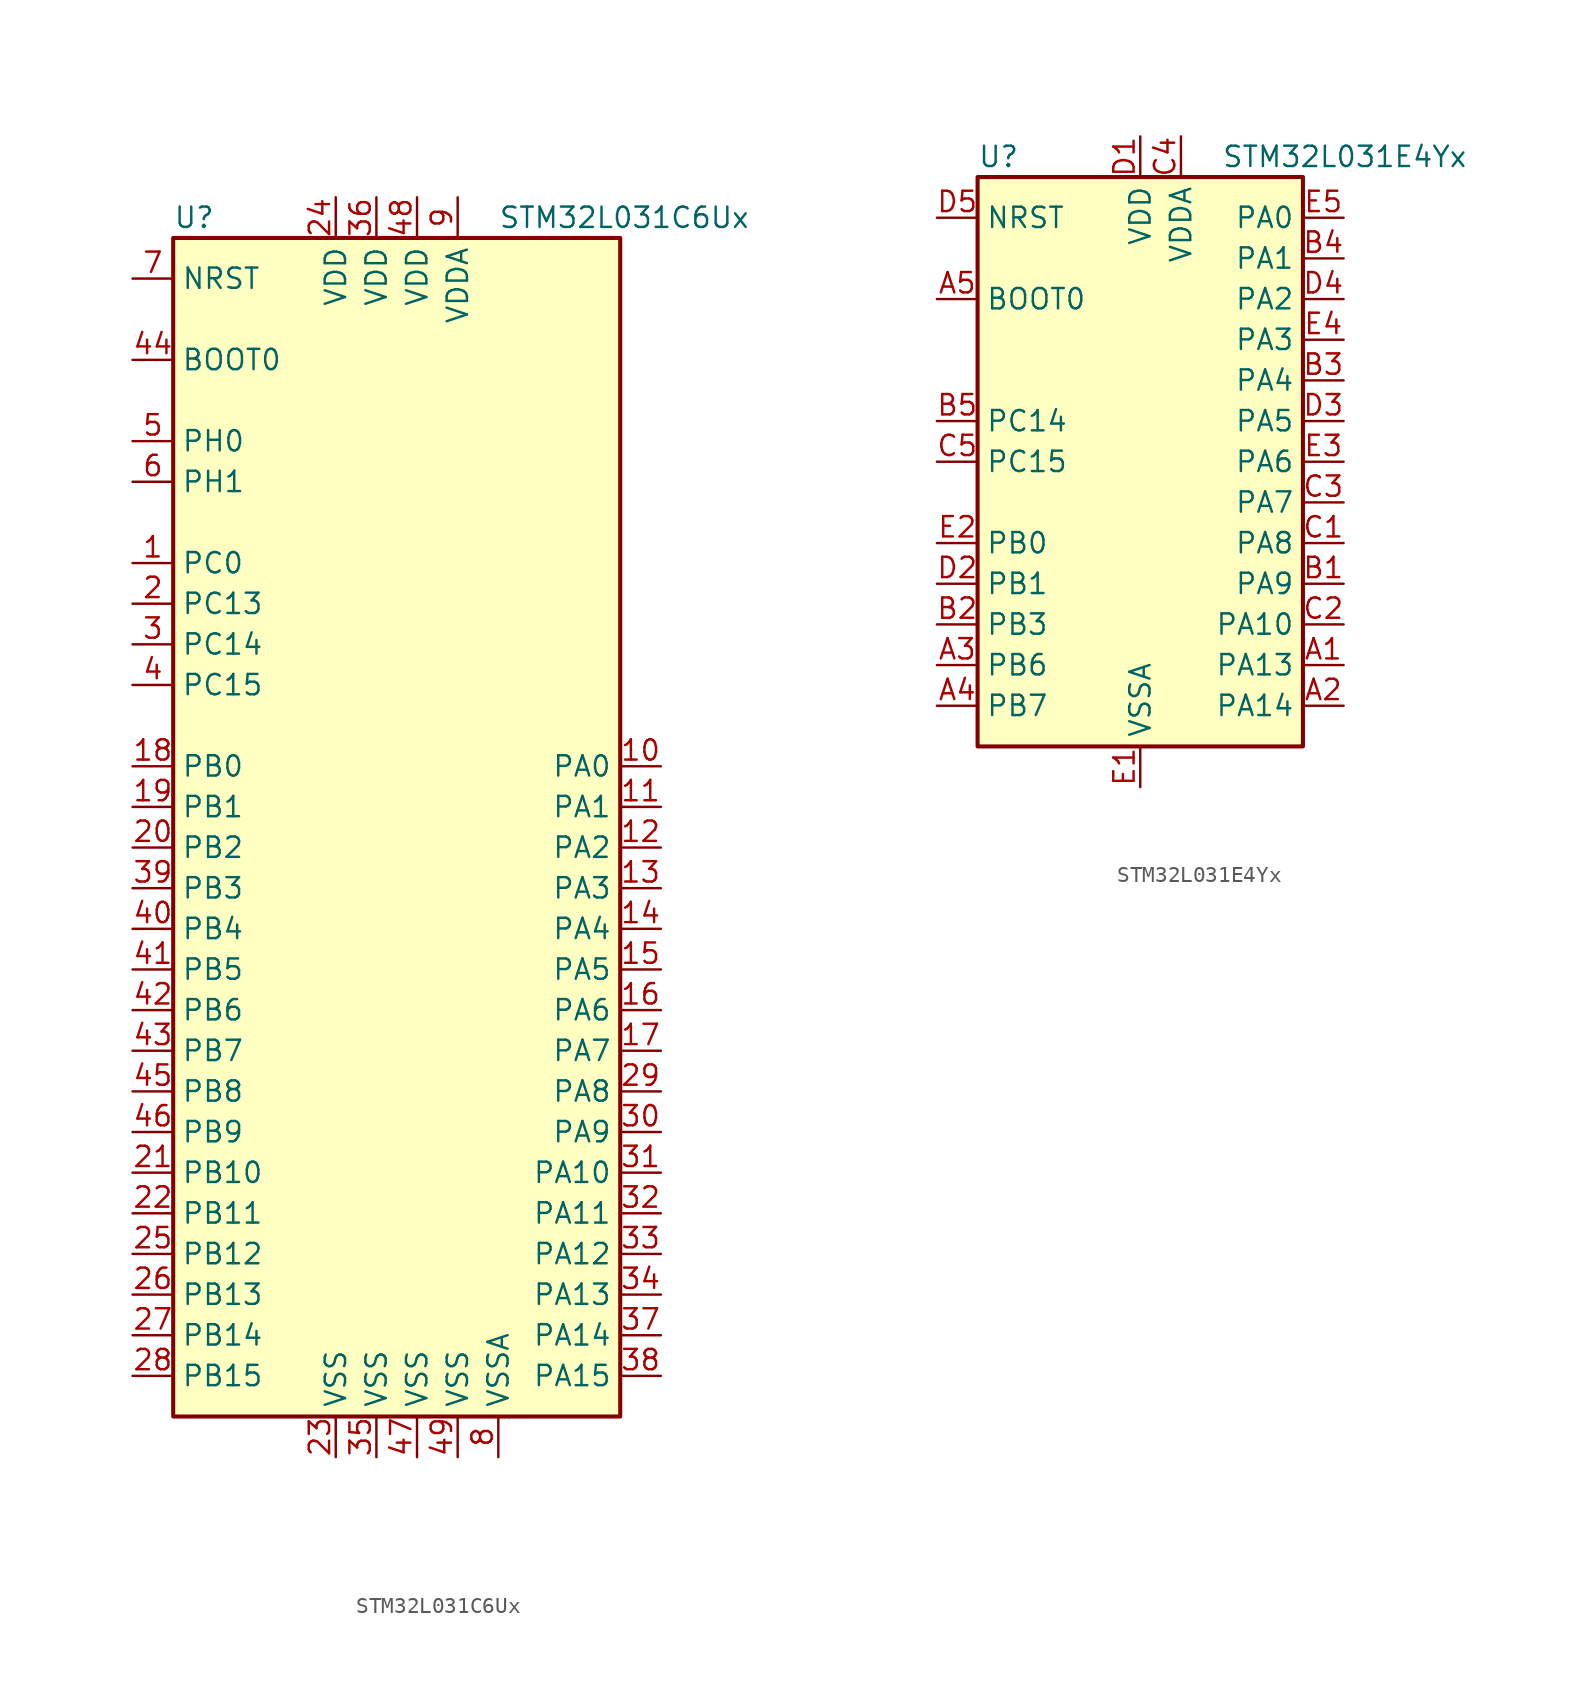
<source format=kicad_sym>
(kicad_symbol_lib
  (version 20201005)
  (generator kicad_symbol_editor)
  (symbol "MCU_ST_STM32L0:STM32L031C6Ux"
    (property "Reference" "U"
      (at -15.24 36.83 0)
      (effects (font (size 1.27 1.27)) (justify left)))
    (property "Value" "STM32L031C6Ux"
      (at 5.08 36.83 0)
      (effects (font (size 1.27 1.27)) (justify left)))
    (symbol "STM32L031C6Ux_0_1"
      (rectangle (start -15.24 -38.1) (end 12.7 35.56) (stroke (width 0.254)) (fill (type background))))
    (symbol "STM32L031C6Ux_1_1"
      (pin input line (at -17.78 27.94 0) (length 2.54) (name "BOOT0" (effects (font (size 1.27 1.27)))) (number "44" (effects (font (size 1.27 1.27)))))
      (pin input line (at -17.78 33.02 0) (length 2.54) (name "NRST" (effects (font (size 1.27 1.27)))) (number "7" (effects (font (size 1.27 1.27)))))
      (pin bidirectional line (at 15.24 2.54 180) (length 2.54) (name "PA0" (effects (font (size 1.27 1.27)))) (number "10" (effects (font (size 1.27 1.27)))))
      (pin bidirectional line (at 15.24 0 180) (length 2.54) (name "PA1" (effects (font (size 1.27 1.27)))) (number "11" (effects (font (size 1.27 1.27)))))
      (pin bidirectional line (at 15.24 -22.86 180) (length 2.54) (name "PA10" (effects (font (size 1.27 1.27)))) (number "31" (effects (font (size 1.27 1.27)))))
      (pin bidirectional line (at 15.24 -25.4 180) (length 2.54) (name "PA11" (effects (font (size 1.27 1.27)))) (number "32" (effects (font (size 1.27 1.27)))))
      (pin bidirectional line (at 15.24 -27.94 180) (length 2.54) (name "PA12" (effects (font (size 1.27 1.27)))) (number "33" (effects (font (size 1.27 1.27)))))
      (pin bidirectional line (at 15.24 -30.48 180) (length 2.54) (name "PA13" (effects (font (size 1.27 1.27)))) (number "34" (effects (font (size 1.27 1.27)))))
      (pin bidirectional line (at 15.24 -33.02 180) (length 2.54) (name "PA14" (effects (font (size 1.27 1.27)))) (number "37" (effects (font (size 1.27 1.27)))))
      (pin bidirectional line (at 15.24 -35.56 180) (length 2.54) (name "PA15" (effects (font (size 1.27 1.27)))) (number "38" (effects (font (size 1.27 1.27)))))
      (pin bidirectional line (at 15.24 -2.54 180) (length 2.54) (name "PA2" (effects (font (size 1.27 1.27)))) (number "12" (effects (font (size 1.27 1.27)))))
      (pin bidirectional line (at 15.24 -5.08 180) (length 2.54) (name "PA3" (effects (font (size 1.27 1.27)))) (number "13" (effects (font (size 1.27 1.27)))))
      (pin bidirectional line (at 15.24 -7.62 180) (length 2.54) (name "PA4" (effects (font (size 1.27 1.27)))) (number "14" (effects (font (size 1.27 1.27)))))
      (pin bidirectional line (at 15.24 -10.16 180) (length 2.54) (name "PA5" (effects (font (size 1.27 1.27)))) (number "15" (effects (font (size 1.27 1.27)))))
      (pin bidirectional line (at 15.24 -12.7 180) (length 2.54) (name "PA6" (effects (font (size 1.27 1.27)))) (number "16" (effects (font (size 1.27 1.27)))))
      (pin bidirectional line (at 15.24 -15.24 180) (length 2.54) (name "PA7" (effects (font (size 1.27 1.27)))) (number "17" (effects (font (size 1.27 1.27)))))
      (pin bidirectional line (at 15.24 -17.78 180) (length 2.54) (name "PA8" (effects (font (size 1.27 1.27)))) (number "29" (effects (font (size 1.27 1.27)))))
      (pin bidirectional line (at 15.24 -20.32 180) (length 2.54) (name "PA9" (effects (font (size 1.27 1.27)))) (number "30" (effects (font (size 1.27 1.27)))))
      (pin bidirectional line (at -17.78 2.54 0) (length 2.54) (name "PB0" (effects (font (size 1.27 1.27)))) (number "18" (effects (font (size 1.27 1.27)))))
      (pin bidirectional line (at -17.78 0 0) (length 2.54) (name "PB1" (effects (font (size 1.27 1.27)))) (number "19" (effects (font (size 1.27 1.27)))))
      (pin bidirectional line (at -17.78 -22.86 0) (length 2.54) (name "PB10" (effects (font (size 1.27 1.27)))) (number "21" (effects (font (size 1.27 1.27)))))
      (pin bidirectional line (at -17.78 -25.4 0) (length 2.54) (name "PB11" (effects (font (size 1.27 1.27)))) (number "22" (effects (font (size 1.27 1.27)))))
      (pin bidirectional line (at -17.78 -27.94 0) (length 2.54) (name "PB12" (effects (font (size 1.27 1.27)))) (number "25" (effects (font (size 1.27 1.27)))))
      (pin bidirectional line (at -17.78 -30.48 0) (length 2.54) (name "PB13" (effects (font (size 1.27 1.27)))) (number "26" (effects (font (size 1.27 1.27)))))
      (pin bidirectional line (at -17.78 -33.02 0) (length 2.54) (name "PB14" (effects (font (size 1.27 1.27)))) (number "27" (effects (font (size 1.27 1.27)))))
      (pin bidirectional line (at -17.78 -35.56 0) (length 2.54) (name "PB15" (effects (font (size 1.27 1.27)))) (number "28" (effects (font (size 1.27 1.27)))))
      (pin bidirectional line (at -17.78 -2.54 0) (length 2.54) (name "PB2" (effects (font (size 1.27 1.27)))) (number "20" (effects (font (size 1.27 1.27)))))
      (pin bidirectional line (at -17.78 -5.08 0) (length 2.54) (name "PB3" (effects (font (size 1.27 1.27)))) (number "39" (effects (font (size 1.27 1.27)))))
      (pin bidirectional line (at -17.78 -7.62 0) (length 2.54) (name "PB4" (effects (font (size 1.27 1.27)))) (number "40" (effects (font (size 1.27 1.27)))))
      (pin bidirectional line (at -17.78 -10.16 0) (length 2.54) (name "PB5" (effects (font (size 1.27 1.27)))) (number "41" (effects (font (size 1.27 1.27)))))
      (pin bidirectional line (at -17.78 -12.7 0) (length 2.54) (name "PB6" (effects (font (size 1.27 1.27)))) (number "42" (effects (font (size 1.27 1.27)))))
      (pin bidirectional line (at -17.78 -15.24 0) (length 2.54) (name "PB7" (effects (font (size 1.27 1.27)))) (number "43" (effects (font (size 1.27 1.27)))))
      (pin bidirectional line (at -17.78 -17.78 0) (length 2.54) (name "PB8" (effects (font (size 1.27 1.27)))) (number "45" (effects (font (size 1.27 1.27)))))
      (pin bidirectional line (at -17.78 -20.32 0) (length 2.54) (name "PB9" (effects (font (size 1.27 1.27)))) (number "46" (effects (font (size 1.27 1.27)))))
      (pin bidirectional line (at -17.78 15.24 0) (length 2.54) (name "PC0" (effects (font (size 1.27 1.27)))) (number "1" (effects (font (size 1.27 1.27)))))
      (pin bidirectional line (at -17.78 12.7 0) (length 2.54) (name "PC13" (effects (font (size 1.27 1.27)))) (number "2" (effects (font (size 1.27 1.27)))))
      (pin bidirectional line (at -17.78 10.16 0) (length 2.54) (name "PC14" (effects (font (size 1.27 1.27)))) (number "3" (effects (font (size 1.27 1.27)))))
      (pin bidirectional line (at -17.78 7.62 0) (length 2.54) (name "PC15" (effects (font (size 1.27 1.27)))) (number "4" (effects (font (size 1.27 1.27)))))
      (pin input line (at -17.78 22.86 0) (length 2.54) (name "PH0" (effects (font (size 1.27 1.27)))) (number "5" (effects (font (size 1.27 1.27)))))
      (pin input line (at -17.78 20.32 0) (length 2.54) (name "PH1" (effects (font (size 1.27 1.27)))) (number "6" (effects (font (size 1.27 1.27)))))
      (pin power_in line (at -5.08 38.1 270) (length 2.54) (name "VDD" (effects (font (size 1.27 1.27)))) (number "24" (effects (font (size 1.27 1.27)))))
      (pin power_in line (at -2.54 38.1 270) (length 2.54) (name "VDD" (effects (font (size 1.27 1.27)))) (number "36" (effects (font (size 1.27 1.27)))))
      (pin power_in line (at 0 38.1 270) (length 2.54) (name "VDD" (effects (font (size 1.27 1.27)))) (number "48" (effects (font (size 1.27 1.27)))))
      (pin power_in line (at 2.54 38.1 270) (length 2.54) (name "VDDA" (effects (font (size 1.27 1.27)))) (number "9" (effects (font (size 1.27 1.27)))))
      (pin power_in line (at -5.08 -40.64 90) (length 2.54) (name "VSS" (effects (font (size 1.27 1.27)))) (number "23" (effects (font (size 1.27 1.27)))))
      (pin power_in line (at -2.54 -40.64 90) (length 2.54) (name "VSS" (effects (font (size 1.27 1.27)))) (number "35" (effects (font (size 1.27 1.27)))))
      (pin power_in line (at 0 -40.64 90) (length 2.54) (name "VSS" (effects (font (size 1.27 1.27)))) (number "47" (effects (font (size 1.27 1.27)))))
      (pin power_in line (at 2.54 -40.64 90) (length 2.54) (name "VSS" (effects (font (size 1.27 1.27)))) (number "49" (effects (font (size 1.27 1.27)))))
      (pin power_in line (at 5.08 -40.64 90) (length 2.54) (name "VSSA" (effects (font (size 1.27 1.27)))) (number "8" (effects (font (size 1.27 1.27)))))))
  (symbol "MCU_ST_STM32L0:STM32L031E4Yx"
    (property "Reference" "U"
      (at -10.16 19.05 0)
      (effects (font (size 1.27 1.27)) (justify left)))
    (property "Value" "STM32L031E4Yx"
      (at 5.08 19.05 0)
      (effects (font (size 1.27 1.27)) (justify left)))
    (symbol "STM32L031E4Yx_0_1"
      (rectangle (start -10.16 -17.78) (end 10.16 17.78) (stroke (width 0.254)) (fill (type background))))
    (symbol "STM32L031E4Yx_1_1"
      (pin input line (at -12.7 10.16 0) (length 2.54) (name "BOOT0" (effects (font (size 1.27 1.27)))) (number "A5" (effects (font (size 1.27 1.27)))))
      (pin input line (at -12.7 15.24 0) (length 2.54) (name "NRST" (effects (font (size 1.27 1.27)))) (number "D5" (effects (font (size 1.27 1.27)))))
      (pin bidirectional line (at 12.7 15.24 180) (length 2.54) (name "PA0" (effects (font (size 1.27 1.27)))) (number "E5" (effects (font (size 1.27 1.27)))))
      (pin bidirectional line (at 12.7 12.7 180) (length 2.54) (name "PA1" (effects (font (size 1.27 1.27)))) (number "B4" (effects (font (size 1.27 1.27)))))
      (pin bidirectional line (at 12.7 -10.16 180) (length 2.54) (name "PA10" (effects (font (size 1.27 1.27)))) (number "C2" (effects (font (size 1.27 1.27)))))
      (pin bidirectional line (at 12.7 -12.7 180) (length 2.54) (name "PA13" (effects (font (size 1.27 1.27)))) (number "A1" (effects (font (size 1.27 1.27)))))
      (pin bidirectional line (at 12.7 -15.24 180) (length 2.54) (name "PA14" (effects (font (size 1.27 1.27)))) (number "A2" (effects (font (size 1.27 1.27)))))
      (pin bidirectional line (at 12.7 10.16 180) (length 2.54) (name "PA2" (effects (font (size 1.27 1.27)))) (number "D4" (effects (font (size 1.27 1.27)))))
      (pin bidirectional line (at 12.7 7.62 180) (length 2.54) (name "PA3" (effects (font (size 1.27 1.27)))) (number "E4" (effects (font (size 1.27 1.27)))))
      (pin bidirectional line (at 12.7 5.08 180) (length 2.54) (name "PA4" (effects (font (size 1.27 1.27)))) (number "B3" (effects (font (size 1.27 1.27)))))
      (pin bidirectional line (at 12.7 2.54 180) (length 2.54) (name "PA5" (effects (font (size 1.27 1.27)))) (number "D3" (effects (font (size 1.27 1.27)))))
      (pin bidirectional line (at 12.7 0 180) (length 2.54) (name "PA6" (effects (font (size 1.27 1.27)))) (number "E3" (effects (font (size 1.27 1.27)))))
      (pin bidirectional line (at 12.7 -2.54 180) (length 2.54) (name "PA7" (effects (font (size 1.27 1.27)))) (number "C3" (effects (font (size 1.27 1.27)))))
      (pin bidirectional line (at 12.7 -5.08 180) (length 2.54) (name "PA8" (effects (font (size 1.27 1.27)))) (number "C1" (effects (font (size 1.27 1.27)))))
      (pin bidirectional line (at 12.7 -7.62 180) (length 2.54) (name "PA9" (effects (font (size 1.27 1.27)))) (number "B1" (effects (font (size 1.27 1.27)))))
      (pin bidirectional line (at -12.7 -5.08 0) (length 2.54) (name "PB0" (effects (font (size 1.27 1.27)))) (number "E2" (effects (font (size 1.27 1.27)))))
      (pin bidirectional line (at -12.7 -7.62 0) (length 2.54) (name "PB1" (effects (font (size 1.27 1.27)))) (number "D2" (effects (font (size 1.27 1.27)))))
      (pin bidirectional line (at -12.7 -10.16 0) (length 2.54) (name "PB3" (effects (font (size 1.27 1.27)))) (number "B2" (effects (font (size 1.27 1.27)))))
      (pin bidirectional line (at -12.7 -12.7 0) (length 2.54) (name "PB6" (effects (font (size 1.27 1.27)))) (number "A3" (effects (font (size 1.27 1.27)))))
      (pin bidirectional line (at -12.7 -15.24 0) (length 2.54) (name "PB7" (effects (font (size 1.27 1.27)))) (number "A4" (effects (font (size 1.27 1.27)))))
      (pin bidirectional line (at -12.7 2.54 0) (length 2.54) (name "PC14" (effects (font (size 1.27 1.27)))) (number "B5" (effects (font (size 1.27 1.27)))))
      (pin bidirectional line (at -12.7 0 0) (length 2.54) (name "PC15" (effects (font (size 1.27 1.27)))) (number "C5" (effects (font (size 1.27 1.27)))))
      (pin power_in line (at 0 20.32 270) (length 2.54) (name "VDD" (effects (font (size 1.27 1.27)))) (number "D1" (effects (font (size 1.27 1.27)))))
      (pin power_in line (at 2.54 20.32 270) (length 2.54) (name "VDDA" (effects (font (size 1.27 1.27)))) (number "C4" (effects (font (size 1.27 1.27)))))
      (pin power_in line (at 0 -20.32 90) (length 2.54) (name "VSSA" (effects (font (size 1.27 1.27)))) (number "E1" (effects (font (size 1.27 1.27))))))))
</source>
